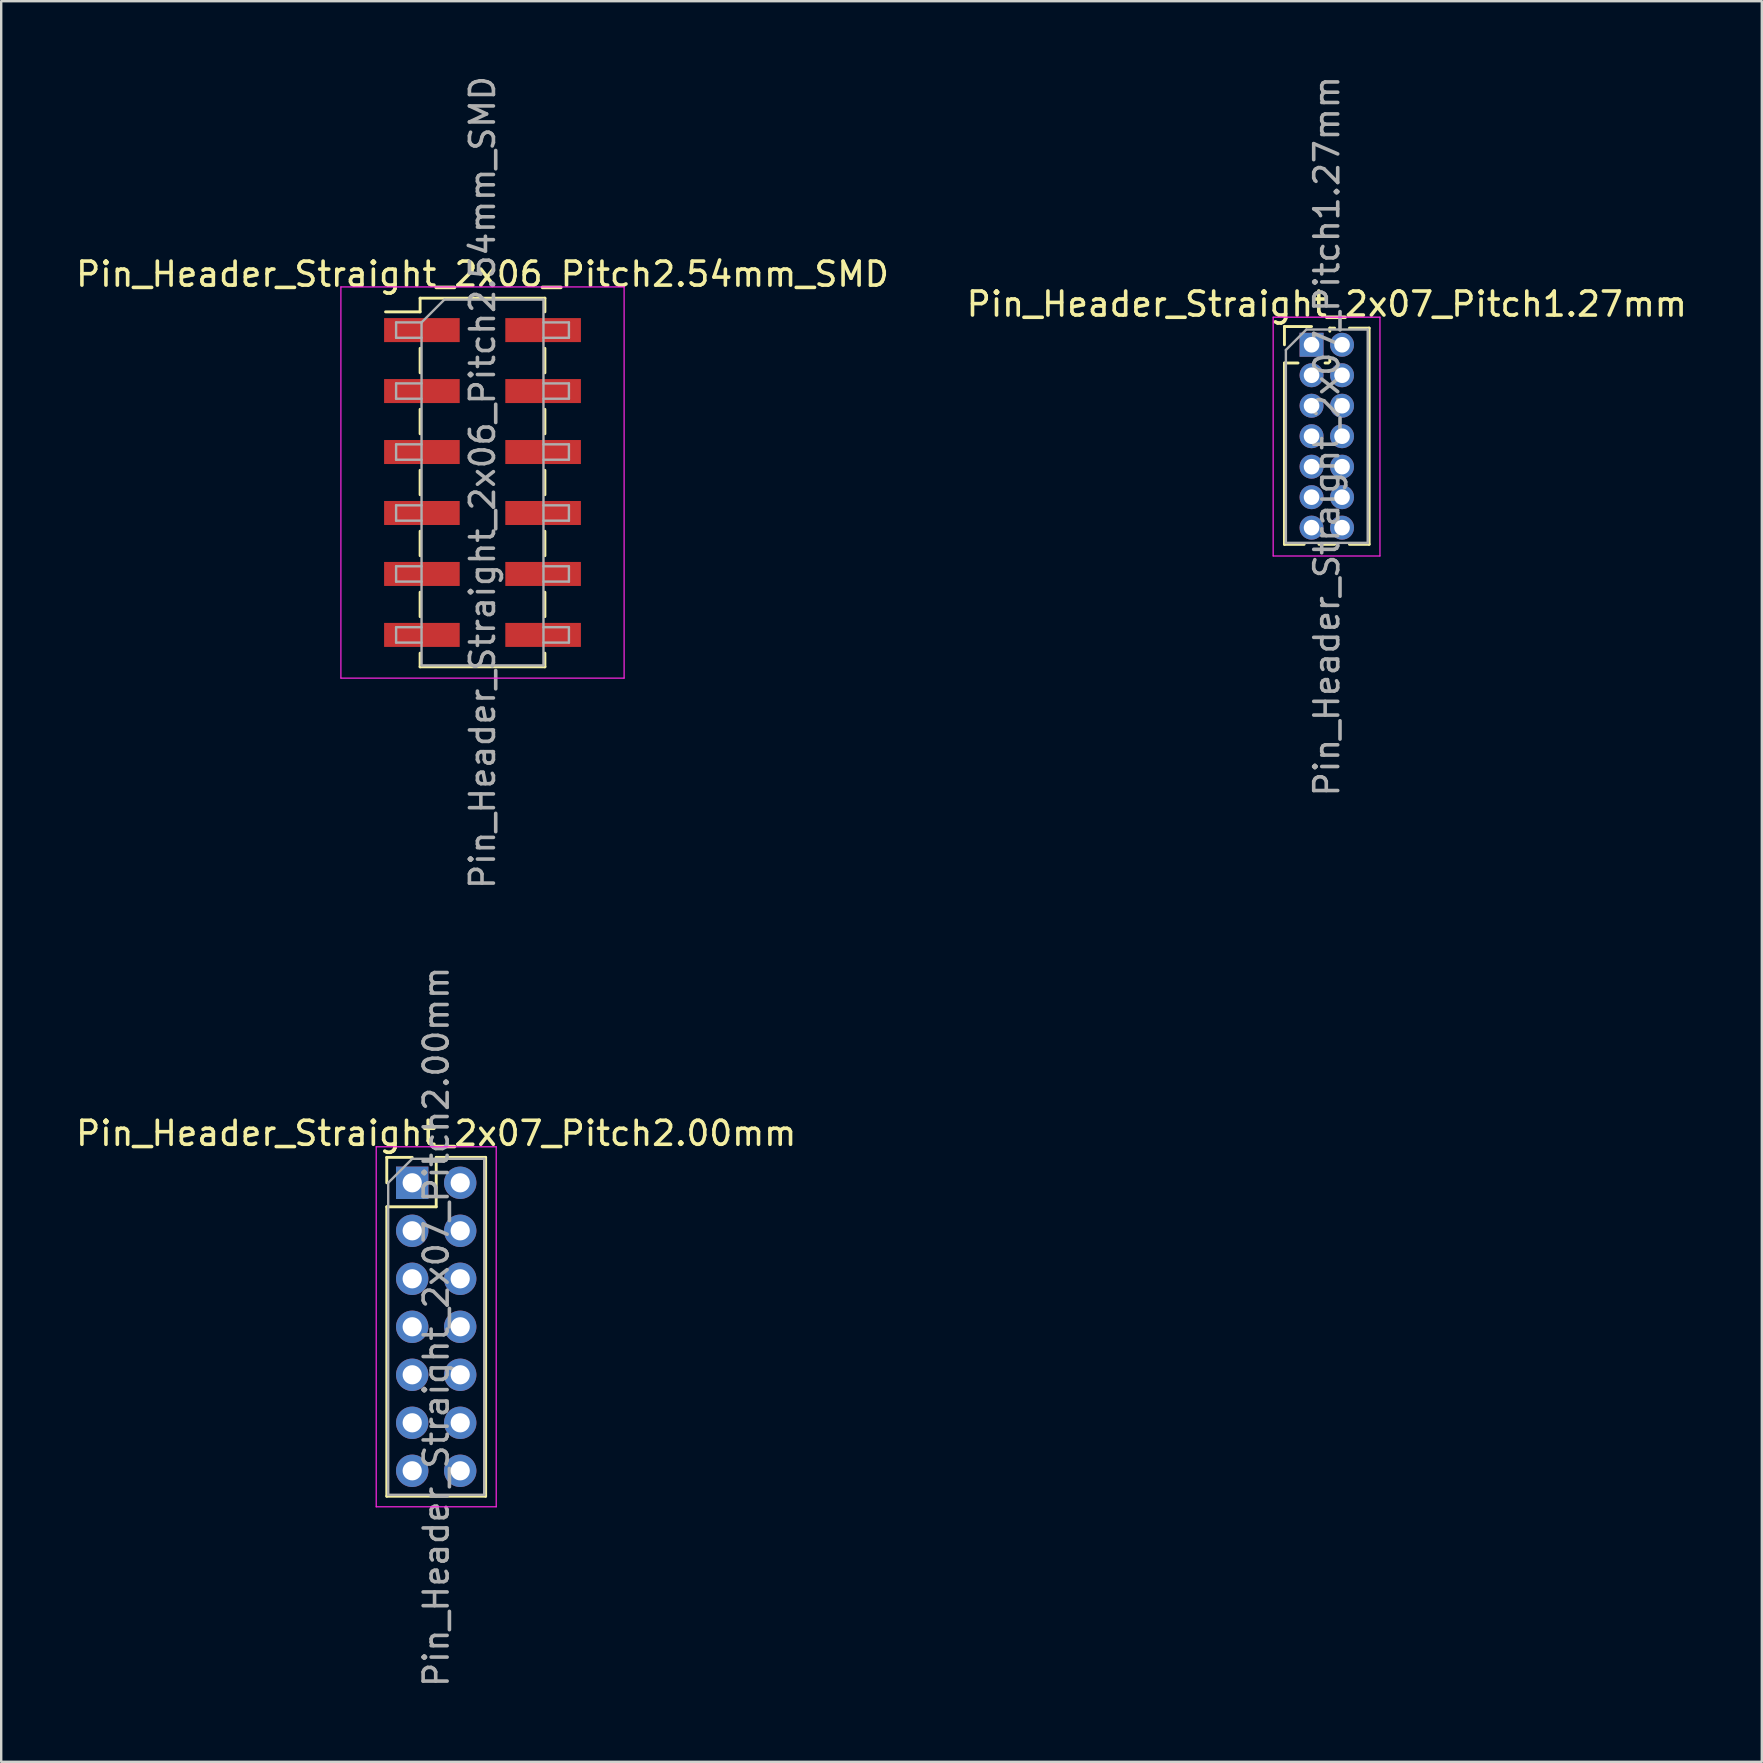
<source format=kicad_pcb>
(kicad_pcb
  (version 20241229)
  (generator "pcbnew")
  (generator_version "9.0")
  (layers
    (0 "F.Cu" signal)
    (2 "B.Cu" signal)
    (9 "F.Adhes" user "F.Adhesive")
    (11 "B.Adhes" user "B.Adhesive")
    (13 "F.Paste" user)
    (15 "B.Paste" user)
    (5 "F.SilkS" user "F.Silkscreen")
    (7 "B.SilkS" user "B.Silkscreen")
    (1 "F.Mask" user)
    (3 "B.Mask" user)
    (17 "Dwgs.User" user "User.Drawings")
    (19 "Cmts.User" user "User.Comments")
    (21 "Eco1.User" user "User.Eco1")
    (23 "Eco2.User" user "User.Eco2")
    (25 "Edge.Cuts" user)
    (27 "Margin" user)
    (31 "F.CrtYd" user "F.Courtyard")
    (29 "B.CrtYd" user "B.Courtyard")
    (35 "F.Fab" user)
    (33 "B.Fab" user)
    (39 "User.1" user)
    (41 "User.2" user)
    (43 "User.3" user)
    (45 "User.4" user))
  (footprint "Pin_Header_Straight_2x06_Pitch2.54mm_SMD"
    (layer "F.Cu")
    (at 17.054 17.054)
    (property "Reference" "Pin_Header_Straight_2x06_Pitch2.54mm_SMD" (at 0 -8.68 0) (layer "F.SilkS") (effects (font (size 1 1) (thickness 0.15))))
    (attr smd)
    (fp_line (start -4.04 -7.11) (end -2.6 -7.11) (stroke (width 0.12) (type solid)) (layer "F.SilkS"))
    (fp_line (start -2.6 -7.68) (end -2.6 -7.11) (stroke (width 0.12) (type solid)) (layer "F.SilkS"))
    (fp_line (start -2.6 -7.68) (end 2.6 -7.68) (stroke (width 0.12) (type solid)) (layer "F.SilkS"))
    (fp_line (start -2.6 -5.59) (end -2.6 -4.57) (stroke (width 0.12) (type solid)) (layer "F.SilkS"))
    (fp_line (start -2.6 -3.05) (end -2.6 -2.03) (stroke (width 0.12) (type solid)) (layer "F.SilkS"))
    (fp_line (start -2.6 -0.51) (end -2.6 0.51) (stroke (width 0.12) (type solid)) (layer "F.SilkS"))
    (fp_line (start -2.6 2.03) (end -2.6 3.05) (stroke (width 0.12) (type solid)) (layer "F.SilkS"))
    (fp_line (start -2.6 4.57) (end -2.6 5.59) (stroke (width 0.12) (type solid)) (layer "F.SilkS"))
    (fp_line (start -2.6 7.11) (end -2.6 7.68) (stroke (width 0.12) (type solid)) (layer "F.SilkS"))
    (fp_line (start -2.6 7.68) (end 2.6 7.68) (stroke (width 0.12) (type solid)) (layer "F.SilkS"))
    (fp_line (start 2.6 -7.68) (end 2.6 -7.11) (stroke (width 0.12) (type solid)) (layer "F.SilkS"))
    (fp_line (start 2.6 -5.59) (end 2.6 -4.57) (stroke (width 0.12) (type solid)) (layer "F.SilkS"))
    (fp_line (start 2.6 -3.05) (end 2.6 -2.03) (stroke (width 0.12) (type solid)) (layer "F.SilkS"))
    (fp_line (start 2.6 -0.51) (end 2.6 0.51) (stroke (width 0.12) (type solid)) (layer "F.SilkS"))
    (fp_line (start 2.6 2.03) (end 2.6 3.05) (stroke (width 0.12) (type solid)) (layer "F.SilkS"))
    (fp_line (start 2.6 4.57) (end 2.6 5.59) (stroke (width 0.12) (type solid)) (layer "F.SilkS"))
    (fp_line (start 2.6 7.11) (end 2.6 7.68) (stroke (width 0.12) (type solid)) (layer "F.SilkS"))
    (fp_line (start -5.9 -8.15) (end -5.9 8.15) (stroke (width 0.05) (type solid)) (layer "F.CrtYd"))
    (fp_line (start -5.9 8.15) (end 5.9 8.15) (stroke (width 0.05) (type solid)) (layer "F.CrtYd"))
    (fp_line (start 5.9 -8.15) (end -5.9 -8.15) (stroke (width 0.05) (type solid)) (layer "F.CrtYd"))
    (fp_line (start 5.9 8.15) (end 5.9 -8.15) (stroke (width 0.05) (type solid)) (layer "F.CrtYd"))
    (fp_line (start -3.6 -6.67) (end -3.6 -6.03) (stroke (width 0.1) (type solid)) (layer "F.Fab"))
    (fp_line (start -3.6 -6.03) (end -2.54 -6.03) (stroke (width 0.1) (type solid)) (layer "F.Fab"))
    (fp_line (start -3.6 -4.13) (end -3.6 -3.49) (stroke (width 0.1) (type solid)) (layer "F.Fab"))
    (fp_line (start -3.6 -3.49) (end -2.54 -3.49) (stroke (width 0.1) (type solid)) (layer "F.Fab"))
    (fp_line (start -3.6 -1.59) (end -3.6 -0.95) (stroke (width 0.1) (type solid)) (layer "F.Fab"))
    (fp_line (start -3.6 -0.95) (end -2.54 -0.95) (stroke (width 0.1) (type solid)) (layer "F.Fab"))
    (fp_line (start -3.6 0.95) (end -3.6 1.59) (stroke (width 0.1) (type solid)) (layer "F.Fab"))
    (fp_line (start -3.6 1.59) (end -2.54 1.59) (stroke (width 0.1) (type solid)) (layer "F.Fab"))
    (fp_line (start -3.6 3.49) (end -3.6 4.13) (stroke (width 0.1) (type solid)) (layer "F.Fab"))
    (fp_line (start -3.6 4.13) (end -2.54 4.13) (stroke (width 0.1) (type solid)) (layer "F.Fab"))
    (fp_line (start -3.6 6.03) (end -3.6 6.67) (stroke (width 0.1) (type solid)) (layer "F.Fab"))
    (fp_line (start -3.6 6.67) (end -2.54 6.67) (stroke (width 0.1) (type solid)) (layer "F.Fab"))
    (fp_line (start -2.54 -6.67) (end -3.6 -6.67) (stroke (width 0.1) (type solid)) (layer "F.Fab"))
    (fp_line (start -2.54 -6.67) (end -1.59 -7.62) (stroke (width 0.1) (type solid)) (layer "F.Fab"))
    (fp_line (start -2.54 -4.13) (end -3.6 -4.13) (stroke (width 0.1) (type solid)) (layer "F.Fab"))
    (fp_line (start -2.54 -1.59) (end -3.6 -1.59) (stroke (width 0.1) (type solid)) (layer "F.Fab"))
    (fp_line (start -2.54 0.95) (end -3.6 0.95) (stroke (width 0.1) (type solid)) (layer "F.Fab"))
    (fp_line (start -2.54 3.49) (end -3.6 3.49) (stroke (width 0.1) (type solid)) (layer "F.Fab"))
    (fp_line (start -2.54 6.03) (end -3.6 6.03) (stroke (width 0.1) (type solid)) (layer "F.Fab"))
    (fp_line (start -2.54 7.62) (end -2.54 -6.67) (stroke (width 0.1) (type solid)) (layer "F.Fab"))
    (fp_line (start -1.59 -7.62) (end 2.54 -7.62) (stroke (width 0.1) (type solid)) (layer "F.Fab"))
    (fp_line (start 2.54 -7.62) (end 2.54 7.62) (stroke (width 0.1) (type solid)) (layer "F.Fab"))
    (fp_line (start 2.54 -6.67) (end 3.6 -6.67) (stroke (width 0.1) (type solid)) (layer "F.Fab"))
    (fp_line (start 2.54 -4.13) (end 3.6 -4.13) (stroke (width 0.1) (type solid)) (layer "F.Fab"))
    (fp_line (start 2.54 -1.59) (end 3.6 -1.59) (stroke (width 0.1) (type solid)) (layer "F.Fab"))
    (fp_line (start 2.54 0.95) (end 3.6 0.95) (stroke (width 0.1) (type solid)) (layer "F.Fab"))
    (fp_line (start 2.54 3.49) (end 3.6 3.49) (stroke (width 0.1) (type solid)) (layer "F.Fab"))
    (fp_line (start 2.54 6.03) (end 3.6 6.03) (stroke (width 0.1) (type solid)) (layer "F.Fab"))
    (fp_line (start 2.54 7.62) (end -2.54 7.62) (stroke (width 0.1) (type solid)) (layer "F.Fab"))
    (fp_line (start 3.6 -6.67) (end 3.6 -6.03) (stroke (width 0.1) (type solid)) (layer "F.Fab"))
    (fp_line (start 3.6 -6.03) (end 2.54 -6.03) (stroke (width 0.1) (type solid)) (layer "F.Fab"))
    (fp_line (start 3.6 -4.13) (end 3.6 -3.49) (stroke (width 0.1) (type solid)) (layer "F.Fab"))
    (fp_line (start 3.6 -3.49) (end 2.54 -3.49) (stroke (width 0.1) (type solid)) (layer "F.Fab"))
    (fp_line (start 3.6 -1.59) (end 3.6 -0.95) (stroke (width 0.1) (type solid)) (layer "F.Fab"))
    (fp_line (start 3.6 -0.95) (end 2.54 -0.95) (stroke (width 0.1) (type solid)) (layer "F.Fab"))
    (fp_line (start 3.6 0.95) (end 3.6 1.59) (stroke (width 0.1) (type solid)) (layer "F.Fab"))
    (fp_line (start 3.6 1.59) (end 2.54 1.59) (stroke (width 0.1) (type solid)) (layer "F.Fab"))
    (fp_line (start 3.6 3.49) (end 3.6 4.13) (stroke (width 0.1) (type solid)) (layer "F.Fab"))
    (fp_line (start 3.6 4.13) (end 2.54 4.13) (stroke (width 0.1) (type solid)) (layer "F.Fab"))
    (fp_line (start 3.6 6.03) (end 3.6 6.67) (stroke (width 0.1) (type solid)) (layer "F.Fab"))
    (fp_line (start 3.6 6.67) (end 2.54 6.67) (stroke (width 0.1) (type solid)) (layer "F.Fab"))
    (fp_text user "${REFERENCE}" (at 0 0 90) (layer "F.Fab") (effects (font (size 1 1) (thickness 0.15))))
    (pad "1" smd rect (at -2.525 -6.35) (size 3.15 1) (layers "F.Cu" "F.Mask" "F.Paste"))
    (pad "2" smd rect (at 2.525 -6.35) (size 3.15 1) (layers "F.Cu" "F.Mask" "F.Paste"))
    (pad "3" smd rect (at -2.525 -3.81) (size 3.15 1) (layers "F.Cu" "F.Mask" "F.Paste"))
    (pad "4" smd rect (at 2.525 -3.81) (size 3.15 1) (layers "F.Cu" "F.Mask" "F.Paste"))
    (pad "5" smd rect (at -2.525 -1.27) (size 3.15 1) (layers "F.Cu" "F.Mask" "F.Paste"))
    (pad "6" smd rect (at 2.525 -1.27) (size 3.15 1) (layers "F.Cu" "F.Mask" "F.Paste"))
    (pad "7" smd rect (at -2.525 1.27) (size 3.15 1) (layers "F.Cu" "F.Mask" "F.Paste"))
    (pad "8" smd rect (at 2.525 1.27) (size 3.15 1) (layers "F.Cu" "F.Mask" "F.Paste"))
    (pad "9" smd rect (at -2.525 3.81) (size 3.15 1) (layers "F.Cu" "F.Mask" "F.Paste"))
    (pad "10" smd rect (at 2.525 3.81) (size 3.15 1) (layers "F.Cu" "F.Mask" "F.Paste"))
    (pad "11" smd rect (at -2.525 6.35) (size 3.15 1) (layers "F.Cu" "F.Mask" "F.Paste"))
    (pad "12" smd rect (at 2.525 6.35) (size 3.15 1) (layers "F.Cu" "F.Mask" "F.Paste")))
  (footprint "Pin_Header_Straight_2x07_Pitch2.00mm"
    (layer "F.Cu")
    (at 14.125 46.232)
    (property "Reference" "Pin_Header_Straight_2x07_Pitch2.00mm" (at 1 -2.06 0) (layer "F.SilkS") (effects (font (size 1 1) (thickness 0.15))))
    (attr through_hole)
    (fp_line (start -1.06 -1.06) (end 0 -1.06) (stroke (width 0.12) (type solid)) (layer "F.SilkS"))
    (fp_line (start -1.06 0) (end -1.06 -1.06) (stroke (width 0.12) (type solid)) (layer "F.SilkS"))
    (fp_line (start -1.06 1) (end -1.06 13.06) (stroke (width 0.12) (type solid)) (layer "F.SilkS"))
    (fp_line (start -1.06 1) (end 1 1) (stroke (width 0.12) (type solid)) (layer "F.SilkS"))
    (fp_line (start -1.06 13.06) (end 3.06 13.06) (stroke (width 0.12) (type solid)) (layer "F.SilkS"))
    (fp_line (start 1 -1.06) (end 3.06 -1.06) (stroke (width 0.12) (type solid)) (layer "F.SilkS"))
    (fp_line (start 1 1) (end 1 -1.06) (stroke (width 0.12) (type solid)) (layer "F.SilkS"))
    (fp_line (start 3.06 -1.06) (end 3.06 13.06) (stroke (width 0.12) (type solid)) (layer "F.SilkS"))
    (fp_line (start -1.5 -1.5) (end -1.5 13.5) (stroke (width 0.05) (type solid)) (layer "F.CrtYd"))
    (fp_line (start -1.5 13.5) (end 3.5 13.5) (stroke (width 0.05) (type solid)) (layer "F.CrtYd"))
    (fp_line (start 3.5 -1.5) (end -1.5 -1.5) (stroke (width 0.05) (type solid)) (layer "F.CrtYd"))
    (fp_line (start 3.5 13.5) (end 3.5 -1.5) (stroke (width 0.05) (type solid)) (layer "F.CrtYd"))
    (fp_line (start -1 0) (end 0 -1) (stroke (width 0.1) (type solid)) (layer "F.Fab"))
    (fp_line (start -1 13) (end -1 0) (stroke (width 0.1) (type solid)) (layer "F.Fab"))
    (fp_line (start 0 -1) (end 3 -1) (stroke (width 0.1) (type solid)) (layer "F.Fab"))
    (fp_line (start 3 -1) (end 3 13) (stroke (width 0.1) (type solid)) (layer "F.Fab"))
    (fp_line (start 3 13) (end -1 13) (stroke (width 0.1) (type solid)) (layer "F.Fab"))
    (fp_text user "${REFERENCE}" (at 1 6 90) (layer "F.Fab") (effects (font (size 1 1) (thickness 0.15))))
    (pad "1" thru_hole rect (at 0 0) (size 1.35 1.35) (drill 0.8) (layers "*.Cu" "*.Mask"))
    (pad "2" thru_hole oval (at 2 0) (size 1.35 1.35) (drill 0.8) (layers "*.Cu" "*.Mask"))
    (pad "3" thru_hole oval (at 0 2) (size 1.35 1.35) (drill 0.8) (layers "*.Cu" "*.Mask"))
    (pad "4" thru_hole oval (at 2 2) (size 1.35 1.35) (drill 0.8) (layers "*.Cu" "*.Mask"))
    (pad "5" thru_hole oval (at 0 4) (size 1.35 1.35) (drill 0.8) (layers "*.Cu" "*.Mask"))
    (pad "6" thru_hole oval (at 2 4) (size 1.35 1.35) (drill 0.8) (layers "*.Cu" "*.Mask"))
    (pad "7" thru_hole oval (at 0 6) (size 1.35 1.35) (drill 0.8) (layers "*.Cu" "*.Mask"))
    (pad "8" thru_hole oval (at 2 6) (size 1.35 1.35) (drill 0.8) (layers "*.Cu" "*.Mask"))
    (pad "9" thru_hole oval (at 0 8) (size 1.35 1.35) (drill 0.8) (layers "*.Cu" "*.Mask"))
    (pad "10" thru_hole oval (at 2 8) (size 1.35 1.35) (drill 0.8) (layers "*.Cu" "*.Mask"))
    (pad "11" thru_hole oval (at 0 10) (size 1.35 1.35) (drill 0.8) (layers "*.Cu" "*.Mask"))
    (pad "12" thru_hole oval (at 2 10) (size 1.35 1.35) (drill 0.8) (layers "*.Cu" "*.Mask"))
    (pad "13" thru_hole oval (at 0 12) (size 1.35 1.35) (drill 0.8) (layers "*.Cu" "*.Mask"))
    (pad "14" thru_hole oval (at 2 12) (size 1.35 1.35) (drill 0.8) (layers "*.Cu" "*.Mask")))
  (footprint "Pin_Header_Straight_2x07_Pitch1.27mm"
    (layer "F.Cu")
    (at 51.597 11.315)
    (property "Reference" "Pin_Header_Straight_2x07_Pitch1.27mm" (at 0.635 -1.695 0) (layer "F.SilkS") (effects (font (size 1 1) (thickness 0.15))))
    (attr through_hole)
    (fp_line (start -1.13 -0.76) (end 0 -0.76) (stroke (width 0.12) (type solid)) (layer "F.SilkS"))
    (fp_line (start -1.13 0) (end -1.13 -0.76) (stroke (width 0.12) (type solid)) (layer "F.SilkS"))
    (fp_line (start -1.13 0.76) (end -1.13 8.315) (stroke (width 0.12) (type solid)) (layer "F.SilkS"))
    (fp_line (start -1.13 0.76) (end -0.563 0.76) (stroke (width 0.12) (type solid)) (layer "F.SilkS"))
    (fp_line (start -1.13 8.315) (end -0.308 8.315) (stroke (width 0.12) (type solid)) (layer "F.SilkS"))
    (fp_line (start 0.308 8.315) (end 0.962 8.315) (stroke (width 0.12) (type solid)) (layer "F.SilkS"))
    (fp_line (start 0.563 0.76) (end 0.707 0.76) (stroke (width 0.12) (type solid)) (layer "F.SilkS"))
    (fp_line (start 0.76 -0.695) (end 0.962 -0.695) (stroke (width 0.12) (type solid)) (layer "F.SilkS"))
    (fp_line (start 0.76 -0.563) (end 0.76 -0.695) (stroke (width 0.12) (type solid)) (layer "F.SilkS"))
    (fp_line (start 0.76 0.707) (end 0.76 0.563) (stroke (width 0.12) (type solid)) (layer "F.SilkS"))
    (fp_line (start 1.578 -0.695) (end 2.4 -0.695) (stroke (width 0.12) (type solid)) (layer "F.SilkS"))
    (fp_line (start 1.578 8.315) (end 2.4 8.315) (stroke (width 0.12) (type solid)) (layer "F.SilkS"))
    (fp_line (start 2.4 -0.695) (end 2.4 8.315) (stroke (width 0.12) (type solid)) (layer "F.SilkS"))
    (fp_line (start -1.6 -1.15) (end -1.6 8.8) (stroke (width 0.05) (type solid)) (layer "F.CrtYd"))
    (fp_line (start -1.6 8.8) (end 2.85 8.8) (stroke (width 0.05) (type solid)) (layer "F.CrtYd"))
    (fp_line (start 2.85 -1.15) (end -1.6 -1.15) (stroke (width 0.05) (type solid)) (layer "F.CrtYd"))
    (fp_line (start 2.85 8.8) (end 2.85 -1.15) (stroke (width 0.05) (type solid)) (layer "F.CrtYd"))
    (fp_line (start -1.07 0.217) (end -0.217 -0.635) (stroke (width 0.1) (type solid)) (layer "F.Fab"))
    (fp_line (start -1.07 8.255) (end -1.07 0.217) (stroke (width 0.1) (type solid)) (layer "F.Fab"))
    (fp_line (start -0.217 -0.635) (end 2.34 -0.635) (stroke (width 0.1) (type solid)) (layer "F.Fab"))
    (fp_line (start 2.34 -0.635) (end 2.34 8.255) (stroke (width 0.1) (type solid)) (layer "F.Fab"))
    (fp_line (start 2.34 8.255) (end -1.07 8.255) (stroke (width 0.1) (type solid)) (layer "F.Fab"))
    (fp_text user "${REFERENCE}" (at 0.635 3.81 90) (layer "F.Fab") (effects (font (size 1 1) (thickness 0.15))))
    (pad "1" thru_hole rect (at 0 0) (size 1 1) (drill 0.65) (layers "*.Cu" "*.Mask"))
    (pad "2" thru_hole oval (at 1.27 0) (size 1 1) (drill 0.65) (layers "*.Cu" "*.Mask"))
    (pad "3" thru_hole oval (at 0 1.27) (size 1 1) (drill 0.65) (layers "*.Cu" "*.Mask"))
    (pad "4" thru_hole oval (at 1.27 1.27) (size 1 1) (drill 0.65) (layers "*.Cu" "*.Mask"))
    (pad "5" thru_hole oval (at 0 2.54) (size 1 1) (drill 0.65) (layers "*.Cu" "*.Mask"))
    (pad "6" thru_hole oval (at 1.27 2.54) (size 1 1) (drill 0.65) (layers "*.Cu" "*.Mask"))
    (pad "7" thru_hole oval (at 0 3.81) (size 1 1) (drill 0.65) (layers "*.Cu" "*.Mask"))
    (pad "8" thru_hole oval (at 1.27 3.81) (size 1 1) (drill 0.65) (layers "*.Cu" "*.Mask"))
    (pad "9" thru_hole oval (at 0 5.08) (size 1 1) (drill 0.65) (layers "*.Cu" "*.Mask"))
    (pad "10" thru_hole oval (at 1.27 5.08) (size 1 1) (drill 0.65) (layers "*.Cu" "*.Mask"))
    (pad "11" thru_hole oval (at 0 6.35) (size 1 1) (drill 0.65) (layers "*.Cu" "*.Mask"))
    (pad "12" thru_hole oval (at 1.27 6.35) (size 1 1) (drill 0.65) (layers "*.Cu" "*.Mask"))
    (pad "13" thru_hole oval (at 0 7.62) (size 1 1) (drill 0.65) (layers "*.Cu" "*.Mask"))
    (pad "14" thru_hole oval (at 1.27 7.62) (size 1 1) (drill 0.65) (layers "*.Cu" "*.Mask")))
  (gr_rect
    (start -3 -3)
    (end 70.357 70.357)
    (stroke (width 0.1) (type default))
    (fill no)
    (layer "Edge.Cuts")))
</source>
